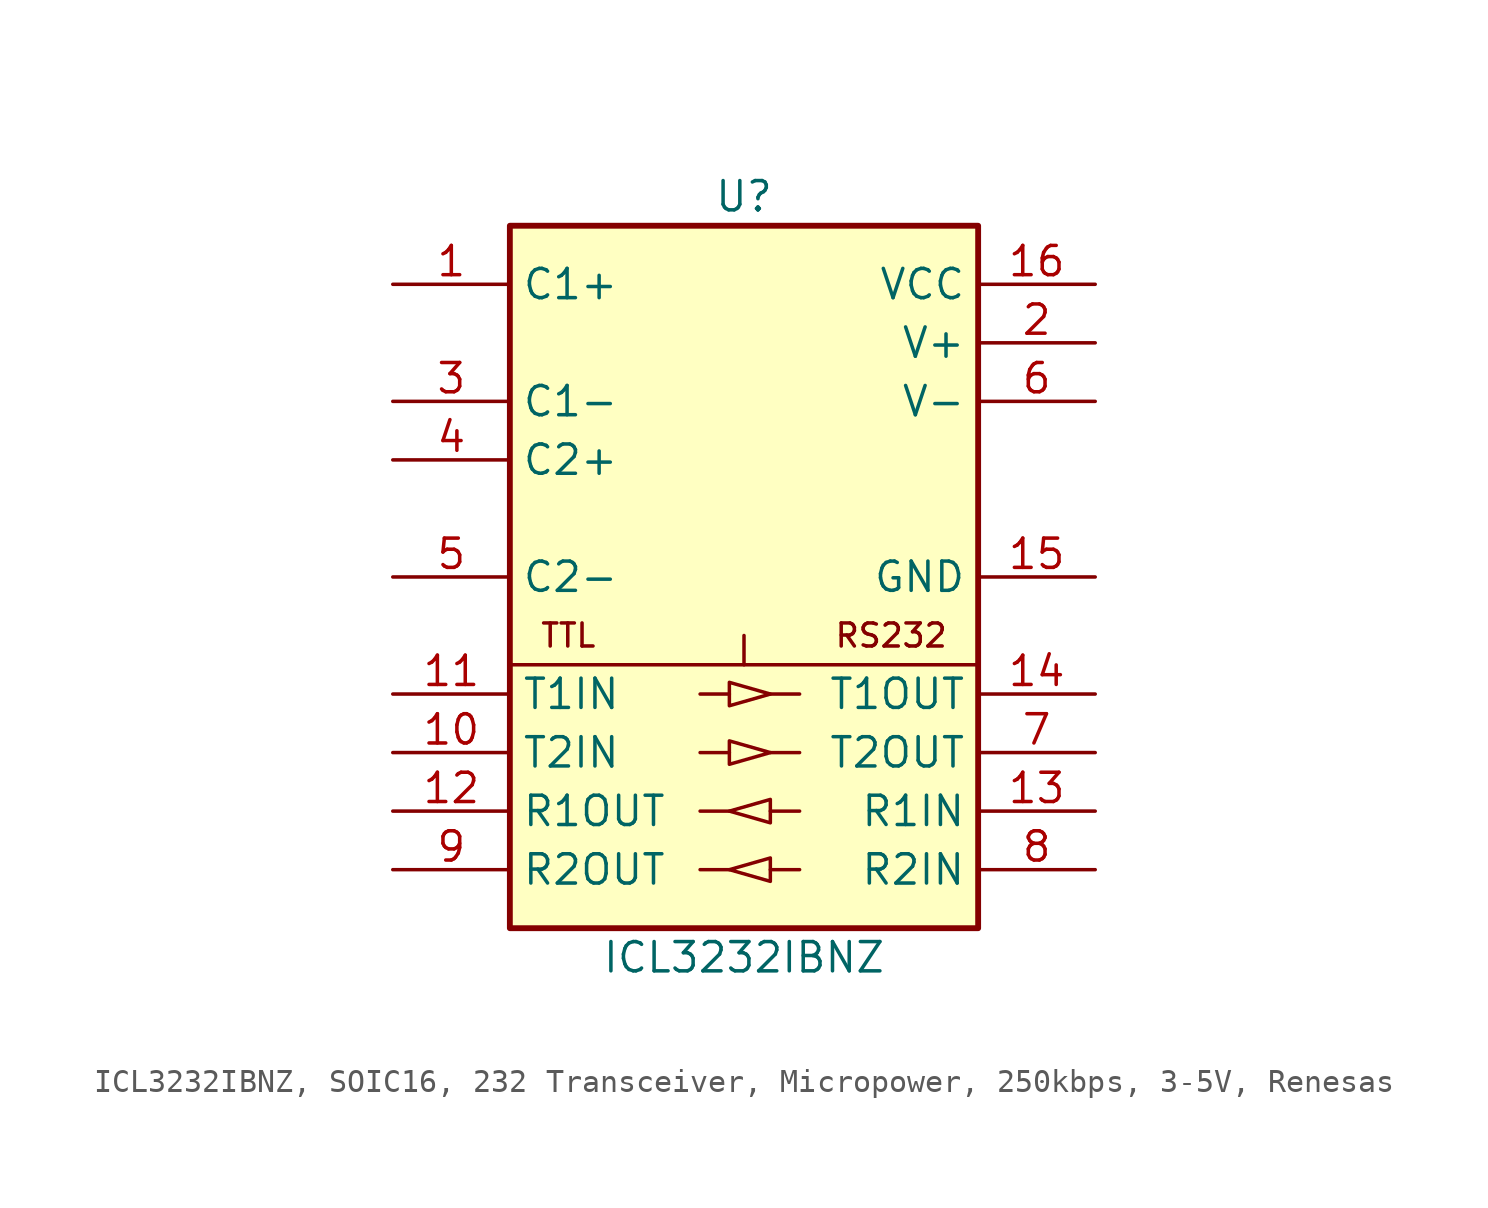
<source format=kicad_sym>
(kicad_symbol_lib
  (version 20241209)
  (generator "kicad_symbol_editor")
  (generator_version "9.0")
  (symbol "ICL3232IBNZ, SOIC16, 232 Transceiver, Micropower, 250kbps, 3-5V, Renesas"
    (property "Reference" "U"
      (at 0 16.51 0)
      (effects (font (size 1.27 1.27))))
    (property "Value" "ICL3232IBNZ"
      (at 0 -16.51 0)
      (effects (font (size 1.27 1.27))))
    (symbol "ICL3232IBNZ, SOIC16, 232 Transceiver, Micropower, 250kbps, 3-5V, Renesas_0_1"
      (rectangle (start -10.16 15.24) (end 10.16 -15.24) (stroke (width 0.254) (type default)) (fill (type background)))
      (polyline (pts (xy -1.905 -5.08) (xy -0.635 -5.08)) (stroke (width 0.152) (type default)) (fill (type none)))
      (polyline (pts (xy -1.905 -7.62) (xy -0.635 -7.62)) (stroke (width 0.152) (type default)) (fill (type none)))
      (polyline (pts (xy -0.635 -5.08) (xy -0.635 -4.572) (xy 1.143 -5.08) (xy -0.635 -5.588) (xy -0.635 -5.08)) (stroke (width 0.152) (type default)) (fill (type none)))
      (polyline (pts (xy -0.635 -7.62) (xy -0.635 -7.112) (xy 1.143 -7.62) (xy -0.635 -8.128) (xy -0.635 -7.62)) (stroke (width 0.152) (type default)) (fill (type none)))
      (polyline (pts (xy -0.635 -10.16) (xy -1.905 -10.16)) (stroke (width 0.152) (type default)) (fill (type none)))
      (polyline (pts (xy -0.635 -12.7) (xy -1.905 -12.7)) (stroke (width 0.152) (type default)) (fill (type none)))
      (polyline (pts (xy 1.143 -5.08) (xy 2.413 -5.08)) (stroke (width 0.152) (type default)) (fill (type none)))
      (polyline (pts (xy 1.143 -7.62) (xy 2.413 -7.62)) (stroke (width 0.152) (type default)) (fill (type none)))
      (polyline (pts (xy 1.143 -10.16) (xy 1.143 -9.652) (xy -0.635 -10.16) (xy 1.143 -10.668) (xy 1.143 -10.16)) (stroke (width 0.152) (type default)) (fill (type none)))
      (polyline (pts (xy 1.143 -12.7) (xy 1.143 -12.192) (xy -0.635 -12.7) (xy 1.143 -13.208) (xy 1.143 -12.7)) (stroke (width 0.152) (type default)) (fill (type none)))
      (polyline (pts (xy 2.413 -10.16) (xy 1.143 -10.16)) (stroke (width 0.152) (type default)) (fill (type none)))
      (polyline (pts (xy 2.413 -12.7) (xy 1.143 -12.7)) (stroke (width 0.152) (type default)) (fill (type none))))
    (symbol "ICL3232IBNZ, SOIC16, 232 Transceiver, Micropower, 250kbps, 3-5V, Renesas_1_1"
      (polyline (pts (xy -10.16 -3.81) (xy 10.16 -3.81)) (stroke (width 0.152) (type default)) (fill (type none)))
      (polyline (pts (xy 0 -2.54) (xy 0 -3.81)) (stroke (width 0.152) (type default)) (fill (type none)))
      (text "TTL" (at -8.89 -2.54 0) (effects (font (size 1 1)) (justify left)))
      (text "RS232" (at 8.89 -2.54 0) (effects (font (size 1 1)) (justify right)))
      (pin passive line (at -15.24 12.7 0) (length 5.08) (name "C1+" (effects (font (size 1.27 1.27)))) (number "1" (effects (font (size 1.27 1.27)))))
      (pin passive line (at -15.24 7.62 0) (length 5.08) (name "C1-" (effects (font (size 1.27 1.27)))) (number "3" (effects (font (size 1.27 1.27)))))
      (pin passive line (at -15.24 5.08 0) (length 5.08) (name "C2+" (effects (font (size 1.27 1.27)))) (number "4" (effects (font (size 1.27 1.27)))))
      (pin passive line (at -15.24 0 0) (length 5.08) (name "C2-" (effects (font (size 1.27 1.27)))) (number "5" (effects (font (size 1.27 1.27)))))
      (pin input line (at -15.24 -5.08 0) (length 5.08) (name "T1IN" (effects (font (size 1.27 1.27)))) (number "11" (effects (font (size 1.27 1.27)))))
      (pin input line (at -15.24 -7.62 0) (length 5.08) (name "T2IN" (effects (font (size 1.27 1.27)))) (number "10" (effects (font (size 1.27 1.27)))))
      (pin output line (at -15.24 -10.16 0) (length 5.08) (name "R1OUT" (effects (font (size 1.27 1.27)))) (number "12" (effects (font (size 1.27 1.27)))))
      (pin output line (at -15.24 -12.7 0) (length 5.08) (name "R2OUT" (effects (font (size 1.27 1.27)))) (number "9" (effects (font (size 1.27 1.27)))))
      (pin power_in line (at 15.24 12.7 180) (length 5.08) (name "VCC" (effects (font (size 1.27 1.27)))) (number "16" (effects (font (size 1.27 1.27)))))
      (pin passive line (at 15.24 10.16 180) (length 5.08) (name "V+" (effects (font (size 1.27 1.27)))) (number "2" (effects (font (size 1.27 1.27)))))
      (pin passive line (at 15.24 7.62 180) (length 5.08) (name "V-" (effects (font (size 1.27 1.27)))) (number "6" (effects (font (size 1.27 1.27)))))
      (pin power_in line (at 15.24 0 180) (length 5.08) (name "GND" (effects (font (size 1.27 1.27)))) (number "15" (effects (font (size 1.27 1.27)))))
      (pin passive line (at 15.24 -5.08 180) (length 5.08) (name "T1OUT" (effects (font (size 1.27 1.27)))) (number "14" (effects (font (size 1.27 1.27)))))
      (pin passive line (at 15.24 -7.62 180) (length 5.08) (name "T2OUT" (effects (font (size 1.27 1.27)))) (number "7" (effects (font (size 1.27 1.27)))))
      (pin passive line (at 15.24 -10.16 180) (length 5.08) (name "R1IN" (effects (font (size 1.27 1.27)))) (number "13" (effects (font (size 1.27 1.27)))))
      (pin passive line (at 15.24 -12.7 180) (length 5.08) (name "R2IN" (effects (font (size 1.27 1.27)))) (number "8" (effects (font (size 1.27 1.27))))))))
</source>
